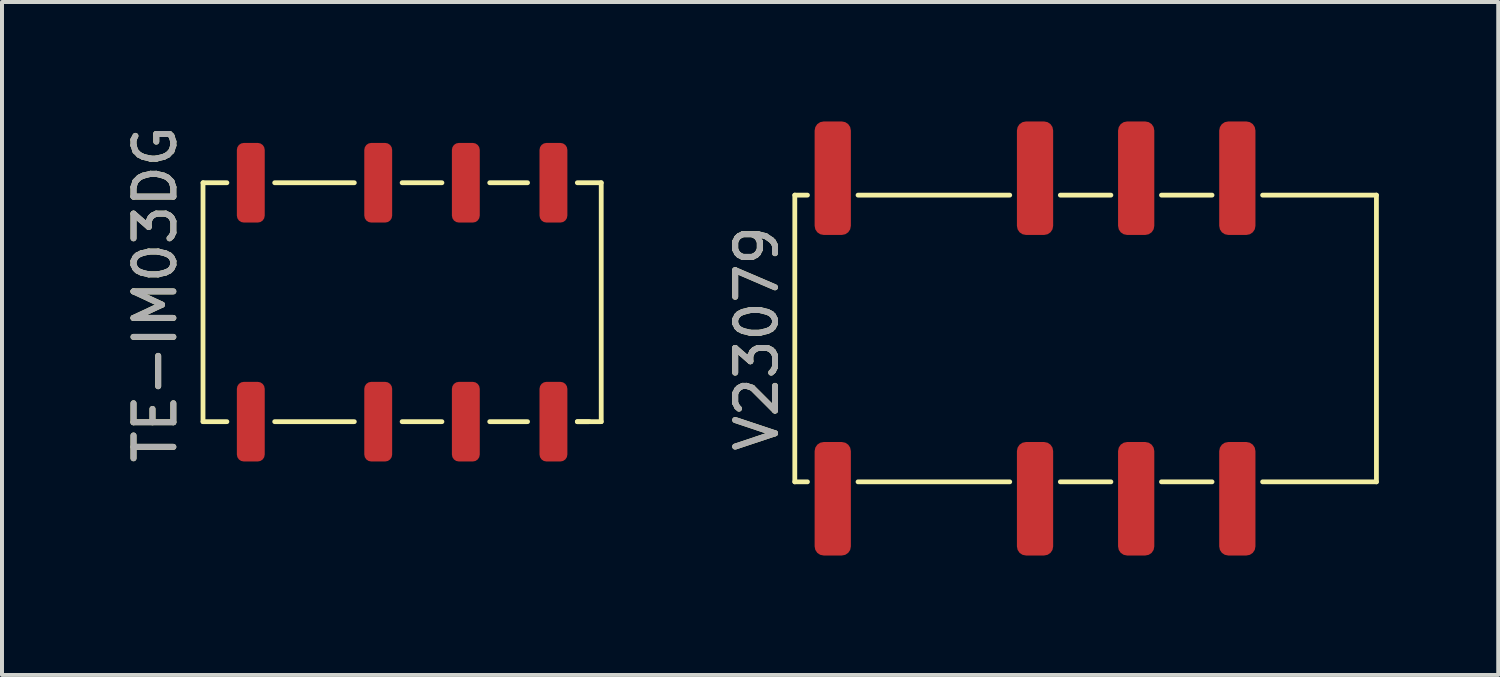
<source format=kicad_pcb>
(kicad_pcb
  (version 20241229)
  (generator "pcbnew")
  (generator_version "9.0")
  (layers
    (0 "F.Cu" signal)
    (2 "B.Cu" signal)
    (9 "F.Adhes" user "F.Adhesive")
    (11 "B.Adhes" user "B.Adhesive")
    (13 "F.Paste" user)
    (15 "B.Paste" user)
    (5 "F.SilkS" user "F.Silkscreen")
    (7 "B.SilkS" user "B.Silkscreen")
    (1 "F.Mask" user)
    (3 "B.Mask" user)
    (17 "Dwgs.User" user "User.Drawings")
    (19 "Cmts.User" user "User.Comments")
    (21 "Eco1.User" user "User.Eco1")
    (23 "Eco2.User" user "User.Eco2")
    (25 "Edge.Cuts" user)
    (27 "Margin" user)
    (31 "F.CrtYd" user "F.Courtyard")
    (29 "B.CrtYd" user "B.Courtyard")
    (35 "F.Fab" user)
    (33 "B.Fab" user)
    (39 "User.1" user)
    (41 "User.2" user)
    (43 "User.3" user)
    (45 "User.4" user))
  (footprint "V23079"
    (layer "F.Cu")
    (at 24.212 5.45)
    (property "Reference" "V23079" (at -8.255 0 90) (unlocked yes) (layer "F.SilkS") (effects (font (size 1 1) (thickness 0.15))))
    (attr smd)
    (fp_line (start -7.303 -3.6) (end -7.303 3.6) (stroke (width 0.12) (type solid)) (layer "F.SilkS"))
    (fp_line (start -7.303 3.6) (end -6.985 3.6) (stroke (width 0.12) (type solid)) (layer "F.SilkS"))
    (fp_line (start -6.985 -3.6) (end -7.303 -3.6) (stroke (width 0.12) (type solid)) (layer "F.SilkS"))
    (fp_line (start -5.715 -3.6) (end -1.905 -3.6) (stroke (width 0.12) (type solid)) (layer "F.SilkS"))
    (fp_line (start -5.715 3.6) (end -1.905 3.6) (stroke (width 0.12) (type solid)) (layer "F.SilkS"))
    (fp_line (start -0.635 -3.6) (end 0.635 -3.6) (stroke (width 0.12) (type solid)) (layer "F.SilkS"))
    (fp_line (start -0.635 3.6) (end 0.635 3.6) (stroke (width 0.12) (type solid)) (layer "F.SilkS"))
    (fp_line (start 1.905 -3.6) (end 3.175 -3.6) (stroke (width 0.12) (type solid)) (layer "F.SilkS"))
    (fp_line (start 1.905 3.6) (end 3.175 3.6) (stroke (width 0.12) (type solid)) (layer "F.SilkS"))
    (fp_line (start 4.445 -3.6) (end 7.303 -3.6) (stroke (width 0.12) (type solid)) (layer "F.SilkS"))
    (fp_line (start 7.303 -3.6) (end 7.303 3.6) (stroke (width 0.12) (type solid)) (layer "F.SilkS"))
    (fp_line (start 7.303 3.6) (end 4.445 3.6) (stroke (width 0.12) (type solid)) (layer "F.SilkS"))
    (fp_text user "${REFERENCE}" (at -8.255 0 90) (unlocked yes) (layer "F.Fab") (effects (font (size 1 1) (thickness 0.15))))
    (pad "1" smd roundrect (at -6.35 4.025) (size 0.91 2.85) (layers "F.Cu" "F.Mask" "F.Paste") (roundrect_rratio 0.25))
    (pad "3" smd roundrect (at -1.27 4.025) (size 0.91 2.85) (layers "F.Cu" "F.Mask" "F.Paste") (roundrect_rratio 0.25))
    (pad "4" smd roundrect (at 1.27 4.025) (size 0.91 2.85) (layers "F.Cu" "F.Mask" "F.Paste") (roundrect_rratio 0.25))
    (pad "5" smd roundrect (at 3.81 4.025) (size 0.91 2.85) (layers "F.Cu" "F.Mask" "F.Paste") (roundrect_rratio 0.25))
    (pad "8" smd roundrect (at 3.81 -4.025) (size 0.91 2.85) (layers "F.Cu" "F.Mask" "F.Paste") (roundrect_rratio 0.25))
    (pad "9" smd roundrect (at 1.27 -4.025) (size 0.91 2.85) (layers "F.Cu" "F.Mask" "F.Paste") (roundrect_rratio 0.25))
    (pad "10" smd roundrect (at -1.27 -4.025) (size 0.91 2.85) (layers "F.Cu" "F.Mask" "F.Paste") (roundrect_rratio 0.25))
    (pad "12" smd roundrect (at -6.35 -4.025) (size 0.91 2.85) (layers "F.Cu" "F.Mask" "F.Paste") (roundrect_rratio 0.25)))
  (footprint "TE-IM03DG"
    (layer "F.Cu")
    (at 6.448 4.539)
    (property "Reference" "TE-IM03DG" (at -5.6 -0.2 90) (unlocked yes) (layer "F.SilkS") (effects (font (size 1 1) (thickness 0.15))))
    (attr smd)
    (fp_line (start -4.4 -3) (end -4.4 3) (stroke (width 0.12) (type solid)) (layer "F.SilkS"))
    (fp_line (start -4.4 -3) (end -3.8 -3) (stroke (width 0.12) (type solid)) (layer "F.SilkS"))
    (fp_line (start -4.4 3) (end -3.8 3) (stroke (width 0.12) (type solid)) (layer "F.SilkS"))
    (fp_line (start -2.6 -3) (end -0.6 -3) (stroke (width 0.12) (type solid)) (layer "F.SilkS"))
    (fp_line (start -2.6 3) (end -0.6 3) (stroke (width 0.12) (type solid)) (layer "F.SilkS"))
    (fp_line (start 0.6 -3) (end 1.6 -3) (stroke (width 0.12) (type solid)) (layer "F.SilkS"))
    (fp_line (start 0.6 3) (end 1.6 3) (stroke (width 0.12) (type solid)) (layer "F.SilkS"))
    (fp_line (start 2.8 -3) (end 3.75 -3) (stroke (width 0.12) (type solid)) (layer "F.SilkS"))
    (fp_line (start 2.8 3) (end 3.75 3) (stroke (width 0.12) (type solid)) (layer "F.SilkS"))
    (fp_line (start 5 3) (end 5.3 3) (stroke (width 0.12) (type solid)) (layer "F.SilkS"))
    (fp_line (start 5.6 -3) (end 5 -3) (stroke (width 0.12) (type solid)) (layer "F.SilkS"))
    (fp_line (start 5.6 -3) (end 5.6 3) (stroke (width 0.12) (type solid)) (layer "F.SilkS"))
    (fp_line (start 5.6 3) (end 5 3) (stroke (width 0.12) (type solid)) (layer "F.SilkS"))
    (fp_text user "${REFERENCE}" (at -5.6 -0.2 90) (unlocked yes) (layer "F.Fab") (effects (font (size 1 1) (thickness 0.15))))
    (pad "1" smd roundrect (at -3.2 3) (size 0.7 2) (layers "F.Cu" "F.Mask" "F.Paste") (roundrect_rratio 0.25))
    (pad "2" smd roundrect (at 0 3) (size 0.7 2) (layers "F.Cu" "F.Mask" "F.Paste") (roundrect_rratio 0.25))
    (pad "3" smd roundrect (at 2.2 3) (size 0.7 2) (layers "F.Cu" "F.Mask" "F.Paste") (roundrect_rratio 0.25))
    (pad "4" smd roundrect (at 4.4 3) (size 0.7 2) (layers "F.Cu" "F.Mask" "F.Paste") (roundrect_rratio 0.25))
    (pad "5" smd roundrect (at 4.4 -3) (size 0.7 2) (layers "F.Cu" "F.Mask" "F.Paste") (roundrect_rratio 0.25))
    (pad "6" smd roundrect (at 2.2 -3) (size 0.7 2) (layers "F.Cu" "F.Mask" "F.Paste") (roundrect_rratio 0.25))
    (pad "7" smd roundrect (at 0 -3) (size 0.7 2) (layers "F.Cu" "F.Mask" "F.Paste") (roundrect_rratio 0.25))
    (pad "8" smd roundrect (at -3.2 -3) (size 0.7 2) (layers "F.Cu" "F.Mask" "F.Paste") (roundrect_rratio 0.25)))
  (gr_rect
    (start -3 -3)
    (end 34.574 13.9)
    (stroke (width 0.1) (type default))
    (fill no)
    (layer "Edge.Cuts")))
</source>
